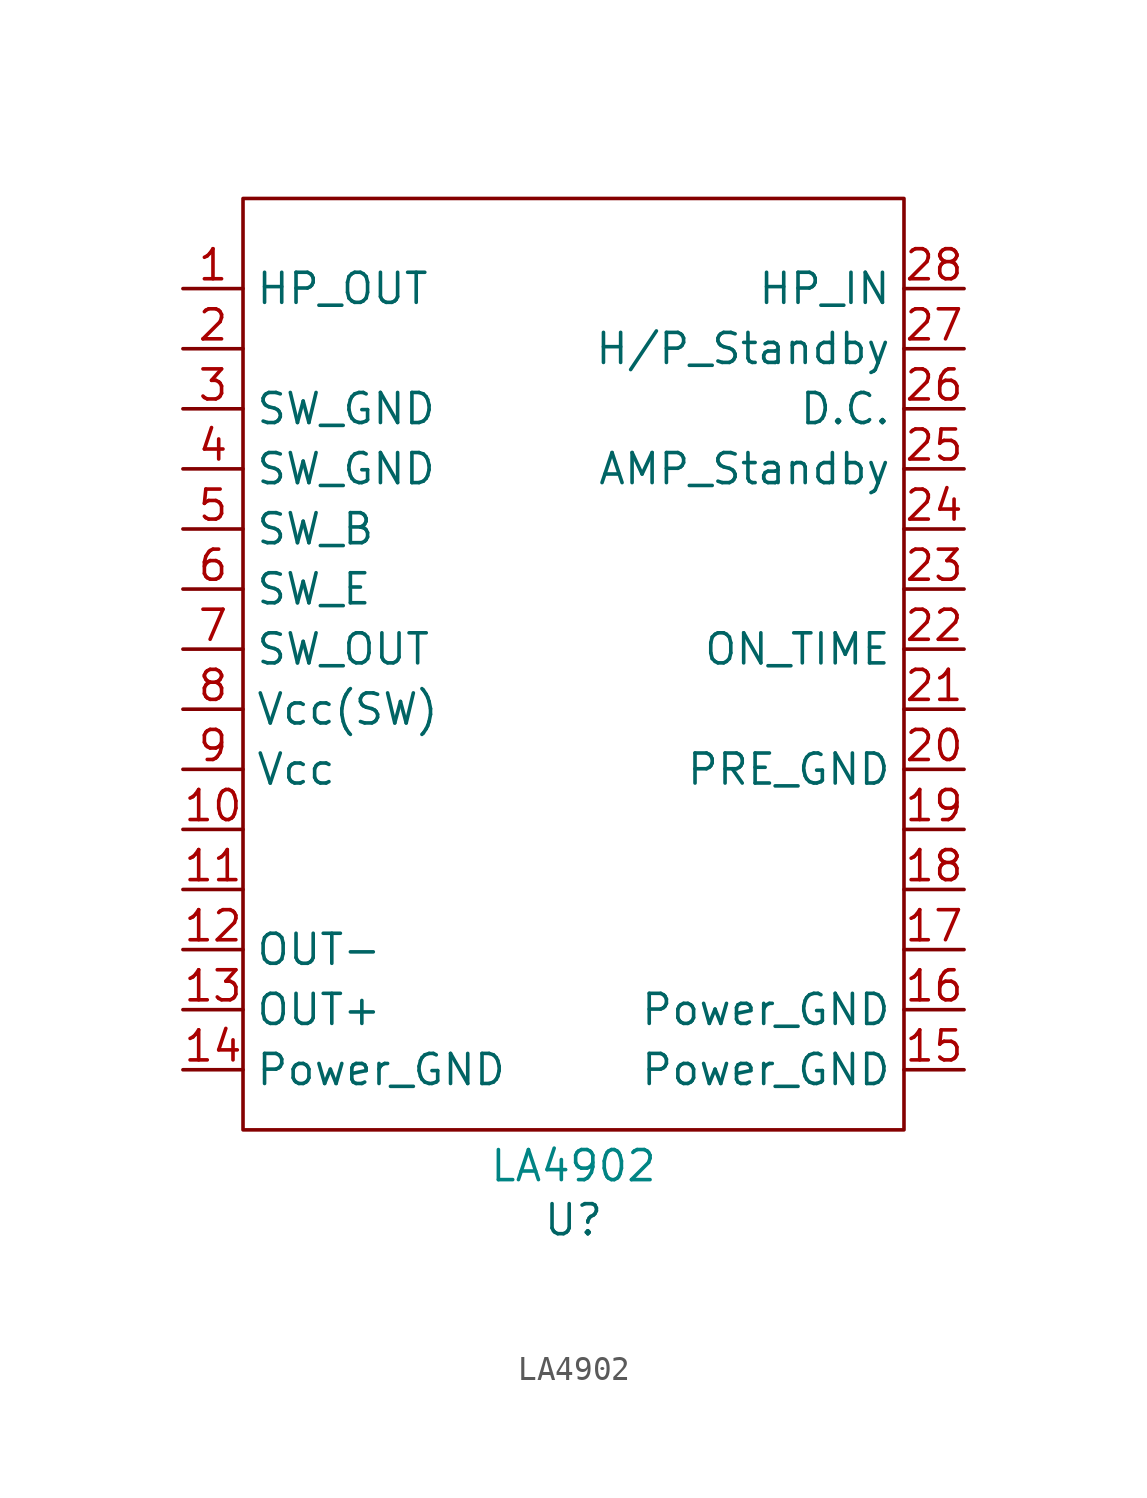
<source format=kicad_sym>
(kicad_symbol_lib
  (version 20231120)
  (generator "kicad_symbol_editor")
  (generator_version "8.0")
  (symbol "LA4902"
    (property "Reference" "U"
      (at 0 -2.54 0)
      (effects (font (size 1.27 1.27))))
    (property "Value" ""
      (at 0 -1.27 0)
      (effects (font (size 1.27 1.27))))
    (symbol "LA4902_0_1"
      (rectangle (start -13.97 40.64) (end 13.97 1.27) (stroke (width 0) (type default)) (fill (type none))))
    (symbol "LA4902_1_1"
      (text "LA4902" (at 0 -0.254 0) (effects (font (size 1.27 1.27) (color 0 132 132 1))))
      (pin output line (at -16.51 36.83 0) (length 2.54) (name "HP_OUT" (effects (font (size 1.27 1.27)))) (number "1" (effects (font (size 1.27 1.27)))))
      (pin unspecified line (at -16.51 13.97 0) (length 2.54) (name "" (effects (font (size 1.27 1.27)))) (number "10" (effects (font (size 1.27 1.27)))))
      (pin unspecified line (at -16.51 11.43 0) (length 2.54) (name "" (effects (font (size 1.27 1.27)))) (number "11" (effects (font (size 1.27 1.27)))))
      (pin output line (at -16.51 8.89 0) (length 2.54) (name "OUT-" (effects (font (size 1.27 1.27)))) (number "12" (effects (font (size 1.27 1.27)))))
      (pin output line (at -16.51 6.35 0) (length 2.54) (name "OUT+" (effects (font (size 1.27 1.27)))) (number "13" (effects (font (size 1.27 1.27)))))
      (pin power_out line (at -16.51 3.81 0) (length 2.54) (name "Power_GND" (effects (font (size 1.27 1.27)))) (number "14" (effects (font (size 1.27 1.27)))))
      (pin power_out line (at 16.51 3.81 180) (length 2.54) (name "Power_GND" (effects (font (size 1.27 1.27)))) (number "15" (effects (font (size 1.27 1.27)))))
      (pin power_out line (at 16.51 6.35 180) (length 2.54) (name "Power_GND" (effects (font (size 1.27 1.27)))) (number "16" (effects (font (size 1.27 1.27)))))
      (pin output line (at 16.51 8.89 180) (length 2.54) (name "" (effects (font (size 1.27 1.27)))) (number "17" (effects (font (size 1.27 1.27)))))
      (pin output line (at 16.51 11.43 180) (length 2.54) (name "" (effects (font (size 1.27 1.27)))) (number "18" (effects (font (size 1.27 1.27)))))
      (pin unspecified line (at 16.51 13.97 180) (length 2.54) (name "" (effects (font (size 1.27 1.27)))) (number "19" (effects (font (size 1.27 1.27)))))
      (pin unspecified line (at -16.51 34.29 0) (length 2.54) (name "" (effects (font (size 1.27 1.27)))) (number "2" (effects (font (size 1.27 1.27)))))
      (pin output line (at 16.51 16.51 180) (length 2.54) (name "PRE_GND" (effects (font (size 1.27 1.27)))) (number "20" (effects (font (size 1.27 1.27)))))
      (pin unspecified line (at 16.51 19.05 180) (length 2.54) (name "" (effects (font (size 1.27 1.27)))) (number "21" (effects (font (size 1.27 1.27)))))
      (pin output line (at 16.51 21.59 180) (length 2.54) (name "ON_TIME" (effects (font (size 1.27 1.27)))) (number "22" (effects (font (size 1.27 1.27)))))
      (pin unspecified line (at 16.51 24.13 180) (length 2.54) (name "" (effects (font (size 1.27 1.27)))) (number "23" (effects (font (size 1.27 1.27)))))
      (pin unspecified line (at 16.51 26.67 180) (length 2.54) (name "" (effects (font (size 1.27 1.27)))) (number "24" (effects (font (size 1.27 1.27)))))
      (pin unspecified line (at 16.51 29.21 180) (length 2.54) (name "AMP_Standby" (effects (font (size 1.27 1.27)))) (number "25" (effects (font (size 1.27 1.27)))))
      (pin unspecified line (at 16.51 31.75 180) (length 2.54) (name "D.C." (effects (font (size 1.27 1.27)))) (number "26" (effects (font (size 1.27 1.27)))))
      (pin unspecified line (at 16.51 34.29 180) (length 2.54) (name "H/P_Standby" (effects (font (size 1.27 1.27)))) (number "27" (effects (font (size 1.27 1.27)))))
      (pin input line (at 16.51 36.83 180) (length 2.54) (name "HP_IN" (effects (font (size 1.27 1.27)))) (number "28" (effects (font (size 1.27 1.27)))))
      (pin power_out line (at -16.51 31.75 0) (length 2.54) (name "SW_GND" (effects (font (size 1.27 1.27)))) (number "3" (effects (font (size 1.27 1.27)))))
      (pin power_out line (at -16.51 29.21 0) (length 2.54) (name "SW_GND" (effects (font (size 1.27 1.27)))) (number "4" (effects (font (size 1.27 1.27)))))
      (pin unspecified line (at -16.51 26.67 0) (length 2.54) (name "SW_B" (effects (font (size 1.27 1.27)))) (number "5" (effects (font (size 1.27 1.27)))))
      (pin unspecified line (at -16.51 24.13 0) (length 2.54) (name "SW_E" (effects (font (size 1.27 1.27)))) (number "6" (effects (font (size 1.27 1.27)))))
      (pin output line (at -16.51 21.59 0) (length 2.54) (name "SW_OUT" (effects (font (size 1.27 1.27)))) (number "7" (effects (font (size 1.27 1.27)))))
      (pin power_in line (at -16.51 19.05 0) (length 2.54) (name "Vcc(SW)" (effects (font (size 1.27 1.27)))) (number "8" (effects (font (size 1.27 1.27)))))
      (pin power_in line (at -16.51 16.51 0) (length 2.54) (name "Vcc" (effects (font (size 1.27 1.27)))) (number "9" (effects (font (size 1.27 1.27))))))))
</source>
